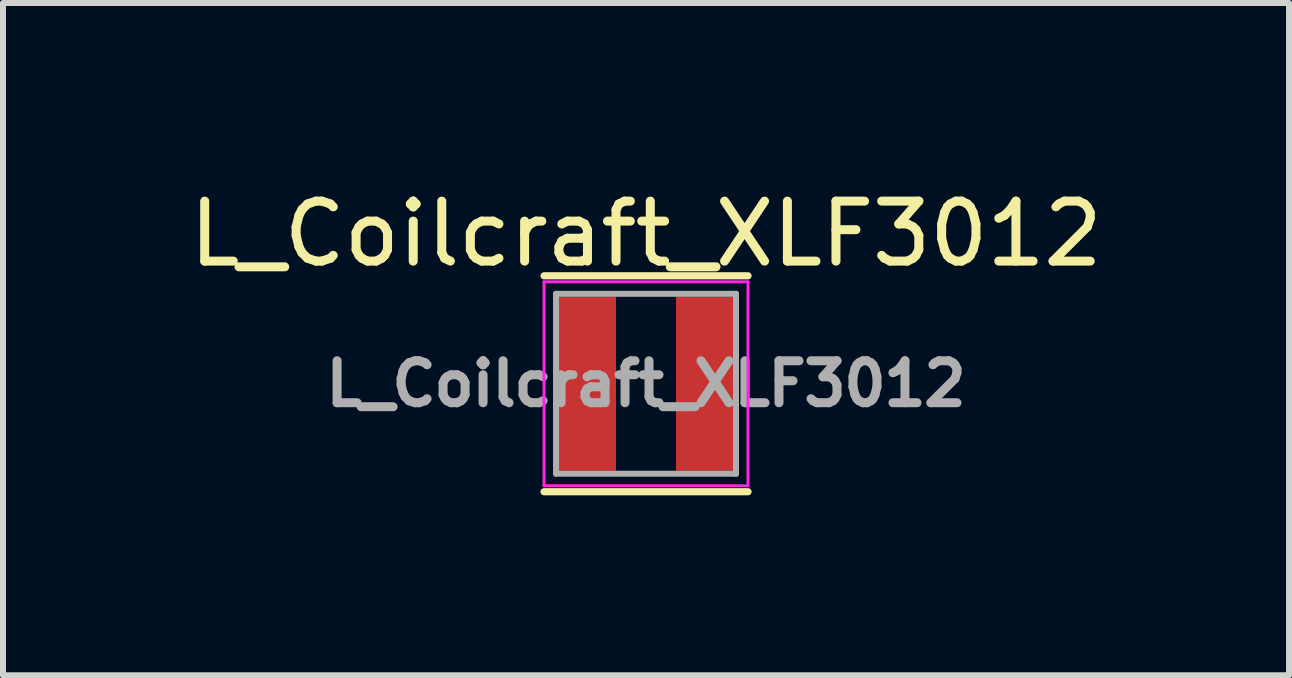
<source format=kicad_pcb>
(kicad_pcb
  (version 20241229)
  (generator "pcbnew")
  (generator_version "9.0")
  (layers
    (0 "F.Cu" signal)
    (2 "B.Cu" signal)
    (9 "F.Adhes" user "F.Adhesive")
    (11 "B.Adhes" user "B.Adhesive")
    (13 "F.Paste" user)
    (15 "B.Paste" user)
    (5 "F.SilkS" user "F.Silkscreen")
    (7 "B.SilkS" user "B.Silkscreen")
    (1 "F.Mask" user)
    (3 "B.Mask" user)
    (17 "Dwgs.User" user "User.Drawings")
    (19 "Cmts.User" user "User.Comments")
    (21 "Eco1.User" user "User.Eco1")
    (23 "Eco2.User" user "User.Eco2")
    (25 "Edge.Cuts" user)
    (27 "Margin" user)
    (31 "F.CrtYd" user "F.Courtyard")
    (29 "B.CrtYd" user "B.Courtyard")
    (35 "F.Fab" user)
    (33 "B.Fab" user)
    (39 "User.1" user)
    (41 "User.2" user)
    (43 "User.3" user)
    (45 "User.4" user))
  (footprint "L_Coilcraft_XLF3012"
    (layer "F.Cu")
    (at 7.72 3.348)
    (property "Reference" "L_Coilcraft_XLF3012" (at 0 -2.5 0) (layer "F.SilkS") (effects (font (size 1 1) (thickness 0.15))))
    (attr smd)
    (fp_line (start -1.7 -1.8) (end 1.7 -1.8) (stroke (width 0.12) (type solid)) (layer "F.SilkS"))
    (fp_line (start 1.7 1.8) (end -1.7 1.8) (stroke (width 0.12) (type solid)) (layer "F.SilkS"))
    (fp_line (start -1.7 -1.7) (end 1.7 -1.7) (stroke (width 0.05) (type solid)) (layer "F.CrtYd"))
    (fp_line (start -1.7 1.7) (end -1.7 -1.7) (stroke (width 0.05) (type solid)) (layer "F.CrtYd"))
    (fp_line (start 1.7 -1.7) (end 1.7 1.7) (stroke (width 0.05) (type solid)) (layer "F.CrtYd"))
    (fp_line (start 1.7 1.7) (end -1.7 1.7) (stroke (width 0.05) (type solid)) (layer "F.CrtYd"))
    (fp_line (start -1.5 -1.5) (end 1.5 -1.5) (stroke (width 0.1) (type solid)) (layer "F.Fab"))
    (fp_line (start -1.5 1.5) (end -1.5 -1.5) (stroke (width 0.1) (type solid)) (layer "F.Fab"))
    (fp_line (start 1.5 -1.5) (end 1.5 1.5) (stroke (width 0.1) (type solid)) (layer "F.Fab"))
    (fp_line (start 1.5 1.5) (end -1.5 1.5) (stroke (width 0.1) (type solid)) (layer "F.Fab"))
    (fp_text user "${REFERENCE}" (at 0 0 0) (layer "F.Fab") (effects (font (size 0.7 0.7) (thickness 0.15))))
    (pad "1" smd rect (at -1 0) (size 1 2.9) (layers "F.Cu" "F.Mask" "F.Paste"))
    (pad "2" smd rect (at 1 0) (size 1 2.9) (layers "F.Cu" "F.Mask" "F.Paste")))
  (gr_rect
    (start -3 -3)
    (end 18.44 8.208)
    (stroke (width 0.1) (type default))
    (fill no)
    (layer "Edge.Cuts")))
</source>
